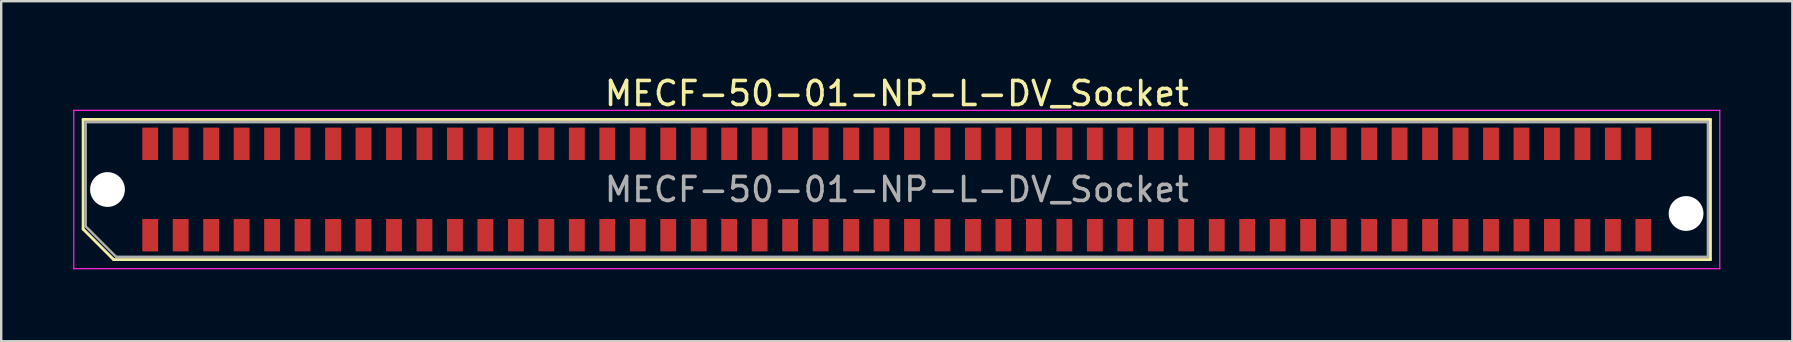
<source format=kicad_pcb>
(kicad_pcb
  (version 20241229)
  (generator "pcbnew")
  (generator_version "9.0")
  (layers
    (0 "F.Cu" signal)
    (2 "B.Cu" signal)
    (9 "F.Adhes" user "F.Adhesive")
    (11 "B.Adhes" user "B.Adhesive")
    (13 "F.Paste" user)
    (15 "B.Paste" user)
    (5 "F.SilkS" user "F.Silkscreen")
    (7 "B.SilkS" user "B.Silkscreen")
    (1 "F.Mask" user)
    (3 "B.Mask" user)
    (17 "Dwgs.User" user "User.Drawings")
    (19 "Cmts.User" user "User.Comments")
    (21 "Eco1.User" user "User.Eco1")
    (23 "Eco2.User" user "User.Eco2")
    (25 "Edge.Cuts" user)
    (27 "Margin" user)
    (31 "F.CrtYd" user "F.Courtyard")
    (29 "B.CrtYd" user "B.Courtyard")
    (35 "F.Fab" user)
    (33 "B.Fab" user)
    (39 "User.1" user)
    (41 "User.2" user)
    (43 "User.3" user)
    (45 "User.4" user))
  (footprint "MECF-50-01-NP-L-DV_Socket"
    (layer "F.Cu")
    (at 34.325 4.848)
    (property "Reference" "MECF-50-01-NP-L-DV_Socket" (at 0 -4 0) (layer "F.SilkS") (effects (font (size 1 1) (thickness 0.15))))
    (attr smd)
    (fp_line (start -33.91 -2.92) (end 33.91 -2.92) (stroke (width 0.12) (type solid)) (layer "F.SilkS"))
    (fp_line (start -33.91 1.65) (end -33.91 -2.92) (stroke (width 0.12) (type solid)) (layer "F.SilkS"))
    (fp_line (start -32.64 2.92) (end -33.91 1.65) (stroke (width 0.12) (type solid)) (layer "F.SilkS"))
    (fp_line (start -32.64 2.92) (end 33.91 2.92) (stroke (width 0.12) (type solid)) (layer "F.SilkS"))
    (fp_line (start 33.91 2.92) (end 33.91 -2.92) (stroke (width 0.12) (type solid)) (layer "F.SilkS"))
    (fp_line (start -34.3 -3.3) (end -34.3 3.3) (stroke (width 0.05) (type solid)) (layer "F.CrtYd"))
    (fp_line (start -34.3 3.3) (end 34.3 3.3) (stroke (width 0.05) (type solid)) (layer "F.CrtYd"))
    (fp_line (start 34.3 -3.3) (end -34.3 -3.3) (stroke (width 0.05) (type solid)) (layer "F.CrtYd"))
    (fp_line (start 34.3 3.3) (end 34.3 -3.3) (stroke (width 0.05) (type solid)) (layer "F.CrtYd"))
    (fp_line (start -33.805 -2.805) (end 33.805 -2.805) (stroke (width 0.1) (type solid)) (layer "F.Fab"))
    (fp_line (start -33.805 1.535) (end -33.805 -2.805) (stroke (width 0.1) (type solid)) (layer "F.Fab"))
    (fp_line (start -33.805 1.535) (end -32.535 2.805) (stroke (width 0.1) (type solid)) (layer "F.Fab"))
    (fp_line (start -32.535 2.805) (end 33.805 2.805) (stroke (width 0.1) (type solid)) (layer "F.Fab"))
    (fp_line (start 33.805 2.805) (end 33.805 -2.805) (stroke (width 0.1) (type solid)) (layer "F.Fab"))
    (fp_text user "${REFERENCE}" (at 0 0 0) (layer "F.Fab") (effects (font (size 1 1) (thickness 0.15))))
    (pad "" np_thru_hole circle (at -32.895 0) (size 1.45 1.45) (drill 1.45) (layers "*.Cu" "*.Mask"))
    (pad "" np_thru_hole circle (at 32.895 1) (size 1.45 1.45) (drill 1.45) (layers "*.Cu" "*.Mask"))
    (pad "1" smd rect (at -31.115 1.905) (size 0.66 1.35) (layers "F.Cu" "F.Mask" "F.Paste"))
    (pad "2" smd rect (at -31.115 -1.905) (size 0.66 1.35) (layers "F.Cu" "F.Mask" "F.Paste"))
    (pad "3" smd rect (at -29.845 1.905) (size 0.66 1.35) (layers "F.Cu" "F.Mask" "F.Paste"))
    (pad "4" smd rect (at -29.845 -1.905) (size 0.66 1.35) (layers "F.Cu" "F.Mask" "F.Paste"))
    (pad "5" smd rect (at -28.575 1.905) (size 0.66 1.35) (layers "F.Cu" "F.Mask" "F.Paste"))
    (pad "6" smd rect (at -28.575 -1.905) (size 0.66 1.35) (layers "F.Cu" "F.Mask" "F.Paste"))
    (pad "7" smd rect (at -27.305 1.905) (size 0.66 1.35) (layers "F.Cu" "F.Mask" "F.Paste"))
    (pad "8" smd rect (at -27.305 -1.905) (size 0.66 1.35) (layers "F.Cu" "F.Mask" "F.Paste"))
    (pad "9" smd rect (at -26.035 1.905) (size 0.66 1.35) (layers "F.Cu" "F.Mask" "F.Paste"))
    (pad "10" smd rect (at -26.035 -1.905) (size 0.66 1.35) (layers "F.Cu" "F.Mask" "F.Paste"))
    (pad "11" smd rect (at -24.765 1.905) (size 0.66 1.35) (layers "F.Cu" "F.Mask" "F.Paste"))
    (pad "12" smd rect (at -24.765 -1.905) (size 0.66 1.35) (layers "F.Cu" "F.Mask" "F.Paste"))
    (pad "13" smd rect (at -23.495 1.905) (size 0.66 1.35) (layers "F.Cu" "F.Mask" "F.Paste"))
    (pad "14" smd rect (at -23.495 -1.905) (size 0.66 1.35) (layers "F.Cu" "F.Mask" "F.Paste"))
    (pad "15" smd rect (at -22.225 1.905) (size 0.66 1.35) (layers "F.Cu" "F.Mask" "F.Paste"))
    (pad "16" smd rect (at -22.225 -1.905) (size 0.66 1.35) (layers "F.Cu" "F.Mask" "F.Paste"))
    (pad "17" smd rect (at -20.955 1.905) (size 0.66 1.35) (layers "F.Cu" "F.Mask" "F.Paste"))
    (pad "18" smd rect (at -20.955 -1.905) (size 0.66 1.35) (layers "F.Cu" "F.Mask" "F.Paste"))
    (pad "19" smd rect (at -19.685 1.905) (size 0.66 1.35) (layers "F.Cu" "F.Mask" "F.Paste"))
    (pad "20" smd rect (at -19.685 -1.905) (size 0.66 1.35) (layers "F.Cu" "F.Mask" "F.Paste"))
    (pad "21" smd rect (at -18.415 1.905) (size 0.66 1.35) (layers "F.Cu" "F.Mask" "F.Paste"))
    (pad "22" smd rect (at -18.415 -1.905) (size 0.66 1.35) (layers "F.Cu" "F.Mask" "F.Paste"))
    (pad "23" smd rect (at -17.145 1.905) (size 0.66 1.35) (layers "F.Cu" "F.Mask" "F.Paste"))
    (pad "24" smd rect (at -17.145 -1.905) (size 0.66 1.35) (layers "F.Cu" "F.Mask" "F.Paste"))
    (pad "25" smd rect (at -15.875 1.905) (size 0.66 1.35) (layers "F.Cu" "F.Mask" "F.Paste"))
    (pad "26" smd rect (at -15.875 -1.905) (size 0.66 1.35) (layers "F.Cu" "F.Mask" "F.Paste"))
    (pad "27" smd rect (at -14.605 1.905) (size 0.66 1.35) (layers "F.Cu" "F.Mask" "F.Paste"))
    (pad "28" smd rect (at -14.605 -1.905) (size 0.66 1.35) (layers "F.Cu" "F.Mask" "F.Paste"))
    (pad "29" smd rect (at -13.335 1.905) (size 0.66 1.35) (layers "F.Cu" "F.Mask" "F.Paste"))
    (pad "30" smd rect (at -13.335 -1.905) (size 0.66 1.35) (layers "F.Cu" "F.Mask" "F.Paste"))
    (pad "31" smd rect (at -12.065 1.905) (size 0.66 1.35) (layers "F.Cu" "F.Mask" "F.Paste"))
    (pad "32" smd rect (at -12.065 -1.905) (size 0.66 1.35) (layers "F.Cu" "F.Mask" "F.Paste"))
    (pad "33" smd rect (at -10.795 1.905) (size 0.66 1.35) (layers "F.Cu" "F.Mask" "F.Paste"))
    (pad "34" smd rect (at -10.795 -1.905) (size 0.66 1.35) (layers "F.Cu" "F.Mask" "F.Paste"))
    (pad "35" smd rect (at -9.525 1.905) (size 0.66 1.35) (layers "F.Cu" "F.Mask" "F.Paste"))
    (pad "36" smd rect (at -9.525 -1.905) (size 0.66 1.35) (layers "F.Cu" "F.Mask" "F.Paste"))
    (pad "37" smd rect (at -8.255 1.905) (size 0.66 1.35) (layers "F.Cu" "F.Mask" "F.Paste"))
    (pad "38" smd rect (at -8.255 -1.905) (size 0.66 1.35) (layers "F.Cu" "F.Mask" "F.Paste"))
    (pad "39" smd rect (at -6.985 1.905) (size 0.66 1.35) (layers "F.Cu" "F.Mask" "F.Paste"))
    (pad "40" smd rect (at -6.985 -1.905) (size 0.66 1.35) (layers "F.Cu" "F.Mask" "F.Paste"))
    (pad "41" smd rect (at -5.715 1.905) (size 0.66 1.35) (layers "F.Cu" "F.Mask" "F.Paste"))
    (pad "42" smd rect (at -5.715 -1.905) (size 0.66 1.35) (layers "F.Cu" "F.Mask" "F.Paste"))
    (pad "43" smd rect (at -4.445 1.905) (size 0.66 1.35) (layers "F.Cu" "F.Mask" "F.Paste"))
    (pad "44" smd rect (at -4.445 -1.905) (size 0.66 1.35) (layers "F.Cu" "F.Mask" "F.Paste"))
    (pad "45" smd rect (at -3.175 1.905) (size 0.66 1.35) (layers "F.Cu" "F.Mask" "F.Paste"))
    (pad "46" smd rect (at -3.175 -1.905) (size 0.66 1.35) (layers "F.Cu" "F.Mask" "F.Paste"))
    (pad "47" smd rect (at -1.905 1.905) (size 0.66 1.35) (layers "F.Cu" "F.Mask" "F.Paste"))
    (pad "48" smd rect (at -1.905 -1.905) (size 0.66 1.35) (layers "F.Cu" "F.Mask" "F.Paste"))
    (pad "49" smd rect (at -0.635 1.905) (size 0.66 1.35) (layers "F.Cu" "F.Mask" "F.Paste"))
    (pad "50" smd rect (at -0.635 -1.905) (size 0.66 1.35) (layers "F.Cu" "F.Mask" "F.Paste"))
    (pad "51" smd rect (at 0.635 1.905) (size 0.66 1.35) (layers "F.Cu" "F.Mask" "F.Paste"))
    (pad "52" smd rect (at 0.635 -1.905) (size 0.66 1.35) (layers "F.Cu" "F.Mask" "F.Paste"))
    (pad "53" smd rect (at 1.905 1.905) (size 0.66 1.35) (layers "F.Cu" "F.Mask" "F.Paste"))
    (pad "54" smd rect (at 1.905 -1.905) (size 0.66 1.35) (layers "F.Cu" "F.Mask" "F.Paste"))
    (pad "55" smd rect (at 3.175 1.905) (size 0.66 1.35) (layers "F.Cu" "F.Mask" "F.Paste"))
    (pad "56" smd rect (at 3.175 -1.905) (size 0.66 1.35) (layers "F.Cu" "F.Mask" "F.Paste"))
    (pad "57" smd rect (at 4.445 1.905) (size 0.66 1.35) (layers "F.Cu" "F.Mask" "F.Paste"))
    (pad "58" smd rect (at 4.445 -1.905) (size 0.66 1.35) (layers "F.Cu" "F.Mask" "F.Paste"))
    (pad "59" smd rect (at 5.715 1.905) (size 0.66 1.35) (layers "F.Cu" "F.Mask" "F.Paste"))
    (pad "60" smd rect (at 5.715 -1.905) (size 0.66 1.35) (layers "F.Cu" "F.Mask" "F.Paste"))
    (pad "61" smd rect (at 6.985 1.905) (size 0.66 1.35) (layers "F.Cu" "F.Mask" "F.Paste"))
    (pad "62" smd rect (at 6.985 -1.905) (size 0.66 1.35) (layers "F.Cu" "F.Mask" "F.Paste"))
    (pad "63" smd rect (at 8.255 1.905) (size 0.66 1.35) (layers "F.Cu" "F.Mask" "F.Paste"))
    (pad "64" smd rect (at 8.255 -1.905) (size 0.66 1.35) (layers "F.Cu" "F.Mask" "F.Paste"))
    (pad "65" smd rect (at 9.525 1.905) (size 0.66 1.35) (layers "F.Cu" "F.Mask" "F.Paste"))
    (pad "66" smd rect (at 9.525 -1.905) (size 0.66 1.35) (layers "F.Cu" "F.Mask" "F.Paste"))
    (pad "67" smd rect (at 10.795 1.905) (size 0.66 1.35) (layers "F.Cu" "F.Mask" "F.Paste"))
    (pad "68" smd rect (at 10.795 -1.905) (size 0.66 1.35) (layers "F.Cu" "F.Mask" "F.Paste"))
    (pad "69" smd rect (at 12.065 1.905) (size 0.66 1.35) (layers "F.Cu" "F.Mask" "F.Paste"))
    (pad "70" smd rect (at 12.065 -1.905) (size 0.66 1.35) (layers "F.Cu" "F.Mask" "F.Paste"))
    (pad "71" smd rect (at 13.335 1.905) (size 0.66 1.35) (layers "F.Cu" "F.Mask" "F.Paste"))
    (pad "72" smd rect (at 13.335 -1.905) (size 0.66 1.35) (layers "F.Cu" "F.Mask" "F.Paste"))
    (pad "73" smd rect (at 14.605 1.905) (size 0.66 1.35) (layers "F.Cu" "F.Mask" "F.Paste"))
    (pad "74" smd rect (at 14.605 -1.905) (size 0.66 1.35) (layers "F.Cu" "F.Mask" "F.Paste"))
    (pad "75" smd rect (at 15.875 1.905) (size 0.66 1.35) (layers "F.Cu" "F.Mask" "F.Paste"))
    (pad "76" smd rect (at 15.875 -1.905) (size 0.66 1.35) (layers "F.Cu" "F.Mask" "F.Paste"))
    (pad "77" smd rect (at 17.145 1.905) (size 0.66 1.35) (layers "F.Cu" "F.Mask" "F.Paste"))
    (pad "78" smd rect (at 17.145 -1.905) (size 0.66 1.35) (layers "F.Cu" "F.Mask" "F.Paste"))
    (pad "79" smd rect (at 18.415 1.905) (size 0.66 1.35) (layers "F.Cu" "F.Mask" "F.Paste"))
    (pad "80" smd rect (at 18.415 -1.905) (size 0.66 1.35) (layers "F.Cu" "F.Mask" "F.Paste"))
    (pad "81" smd rect (at 19.685 1.905) (size 0.66 1.35) (layers "F.Cu" "F.Mask" "F.Paste"))
    (pad "82" smd rect (at 19.685 -1.905) (size 0.66 1.35) (layers "F.Cu" "F.Mask" "F.Paste"))
    (pad "83" smd rect (at 20.955 1.905) (size 0.66 1.35) (layers "F.Cu" "F.Mask" "F.Paste"))
    (pad "84" smd rect (at 20.955 -1.905) (size 0.66 1.35) (layers "F.Cu" "F.Mask" "F.Paste"))
    (pad "85" smd rect (at 22.225 1.905) (size 0.66 1.35) (layers "F.Cu" "F.Mask" "F.Paste"))
    (pad "86" smd rect (at 22.225 -1.905) (size 0.66 1.35) (layers "F.Cu" "F.Mask" "F.Paste"))
    (pad "87" smd rect (at 23.495 1.905) (size 0.66 1.35) (layers "F.Cu" "F.Mask" "F.Paste"))
    (pad "88" smd rect (at 23.495 -1.905) (size 0.66 1.35) (layers "F.Cu" "F.Mask" "F.Paste"))
    (pad "89" smd rect (at 24.765 1.905) (size 0.66 1.35) (layers "F.Cu" "F.Mask" "F.Paste"))
    (pad "90" smd rect (at 24.765 -1.905) (size 0.66 1.35) (layers "F.Cu" "F.Mask" "F.Paste"))
    (pad "91" smd rect (at 26.035 1.905) (size 0.66 1.35) (layers "F.Cu" "F.Mask" "F.Paste"))
    (pad "92" smd rect (at 26.035 -1.905) (size 0.66 1.35) (layers "F.Cu" "F.Mask" "F.Paste"))
    (pad "93" smd rect (at 27.305 1.905) (size 0.66 1.35) (layers "F.Cu" "F.Mask" "F.Paste"))
    (pad "94" smd rect (at 27.305 -1.905) (size 0.66 1.35) (layers "F.Cu" "F.Mask" "F.Paste"))
    (pad "95" smd rect (at 28.575 1.905) (size 0.66 1.35) (layers "F.Cu" "F.Mask" "F.Paste"))
    (pad "96" smd rect (at 28.575 -1.905) (size 0.66 1.35) (layers "F.Cu" "F.Mask" "F.Paste"))
    (pad "97" smd rect (at 29.845 1.905) (size 0.66 1.35) (layers "F.Cu" "F.Mask" "F.Paste"))
    (pad "98" smd rect (at 29.845 -1.905) (size 0.66 1.35) (layers "F.Cu" "F.Mask" "F.Paste"))
    (pad "99" smd rect (at 31.115 1.905) (size 0.66 1.35) (layers "F.Cu" "F.Mask" "F.Paste"))
    (pad "100" smd rect (at 31.115 -1.905) (size 0.66 1.35) (layers "F.Cu" "F.Mask" "F.Paste")))
  (gr_rect
    (start -3 -3)
    (end 71.65 11.173)
    (stroke (width 0.1) (type default))
    (fill no)
    (layer "Edge.Cuts")))
</source>
